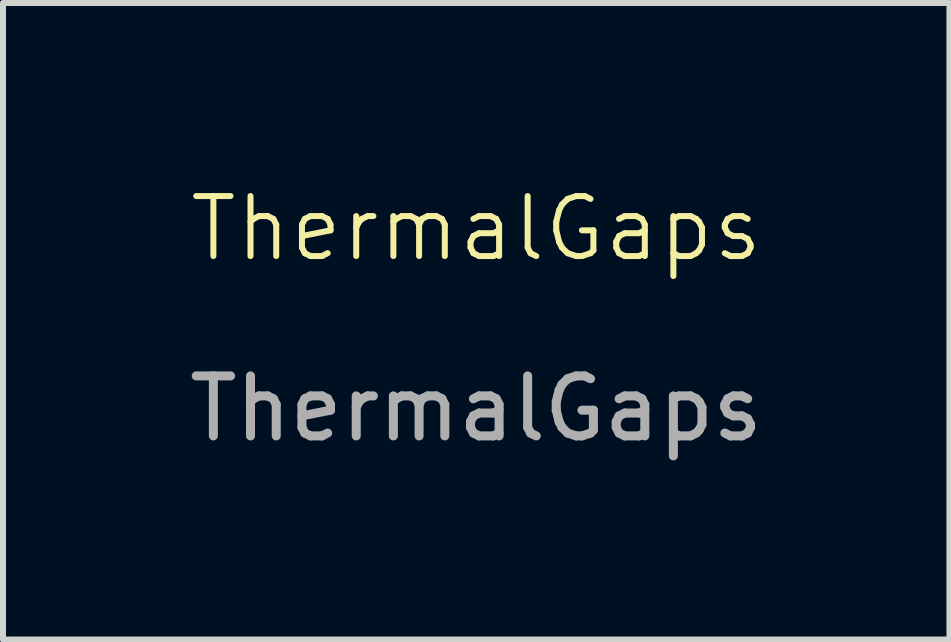
<source format=kicad_pcb>
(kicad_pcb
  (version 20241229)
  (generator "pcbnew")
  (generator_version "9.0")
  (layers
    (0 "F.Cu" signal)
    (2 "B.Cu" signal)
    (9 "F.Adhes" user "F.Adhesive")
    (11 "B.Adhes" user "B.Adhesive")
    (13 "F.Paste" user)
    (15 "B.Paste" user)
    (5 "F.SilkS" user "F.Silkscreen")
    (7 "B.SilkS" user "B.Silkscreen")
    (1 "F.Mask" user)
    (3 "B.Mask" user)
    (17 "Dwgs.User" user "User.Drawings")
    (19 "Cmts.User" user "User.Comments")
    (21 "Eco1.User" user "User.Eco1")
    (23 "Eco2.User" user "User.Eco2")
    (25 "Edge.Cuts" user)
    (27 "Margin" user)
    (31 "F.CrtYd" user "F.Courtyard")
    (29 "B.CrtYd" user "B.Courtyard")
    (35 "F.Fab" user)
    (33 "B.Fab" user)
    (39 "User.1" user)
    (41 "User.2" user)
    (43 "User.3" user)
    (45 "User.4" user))
  (footprint "ThermalGaps"
    (layer "F.Cu")
    (at 4.887 1.26)
    (property "Reference" "ThermalGaps" (at 0 -0.5 0) (unlocked yes) (layer "F.SilkS") (effects (font (size 1 1) (thickness 0.1))))
    (attr through_hole)
    (fp_text user "${REFERENCE}" (at 0 2.5 0) (unlocked yes) (layer "F.Fab") (effects (font (size 1 1) (thickness 0.15)))))
  (gr_rect
    (start -3 -3)
    (end 12.774 7.609)
    (stroke (width 0.1) (type default))
    (fill no)
    (layer "Edge.Cuts")))
</source>
